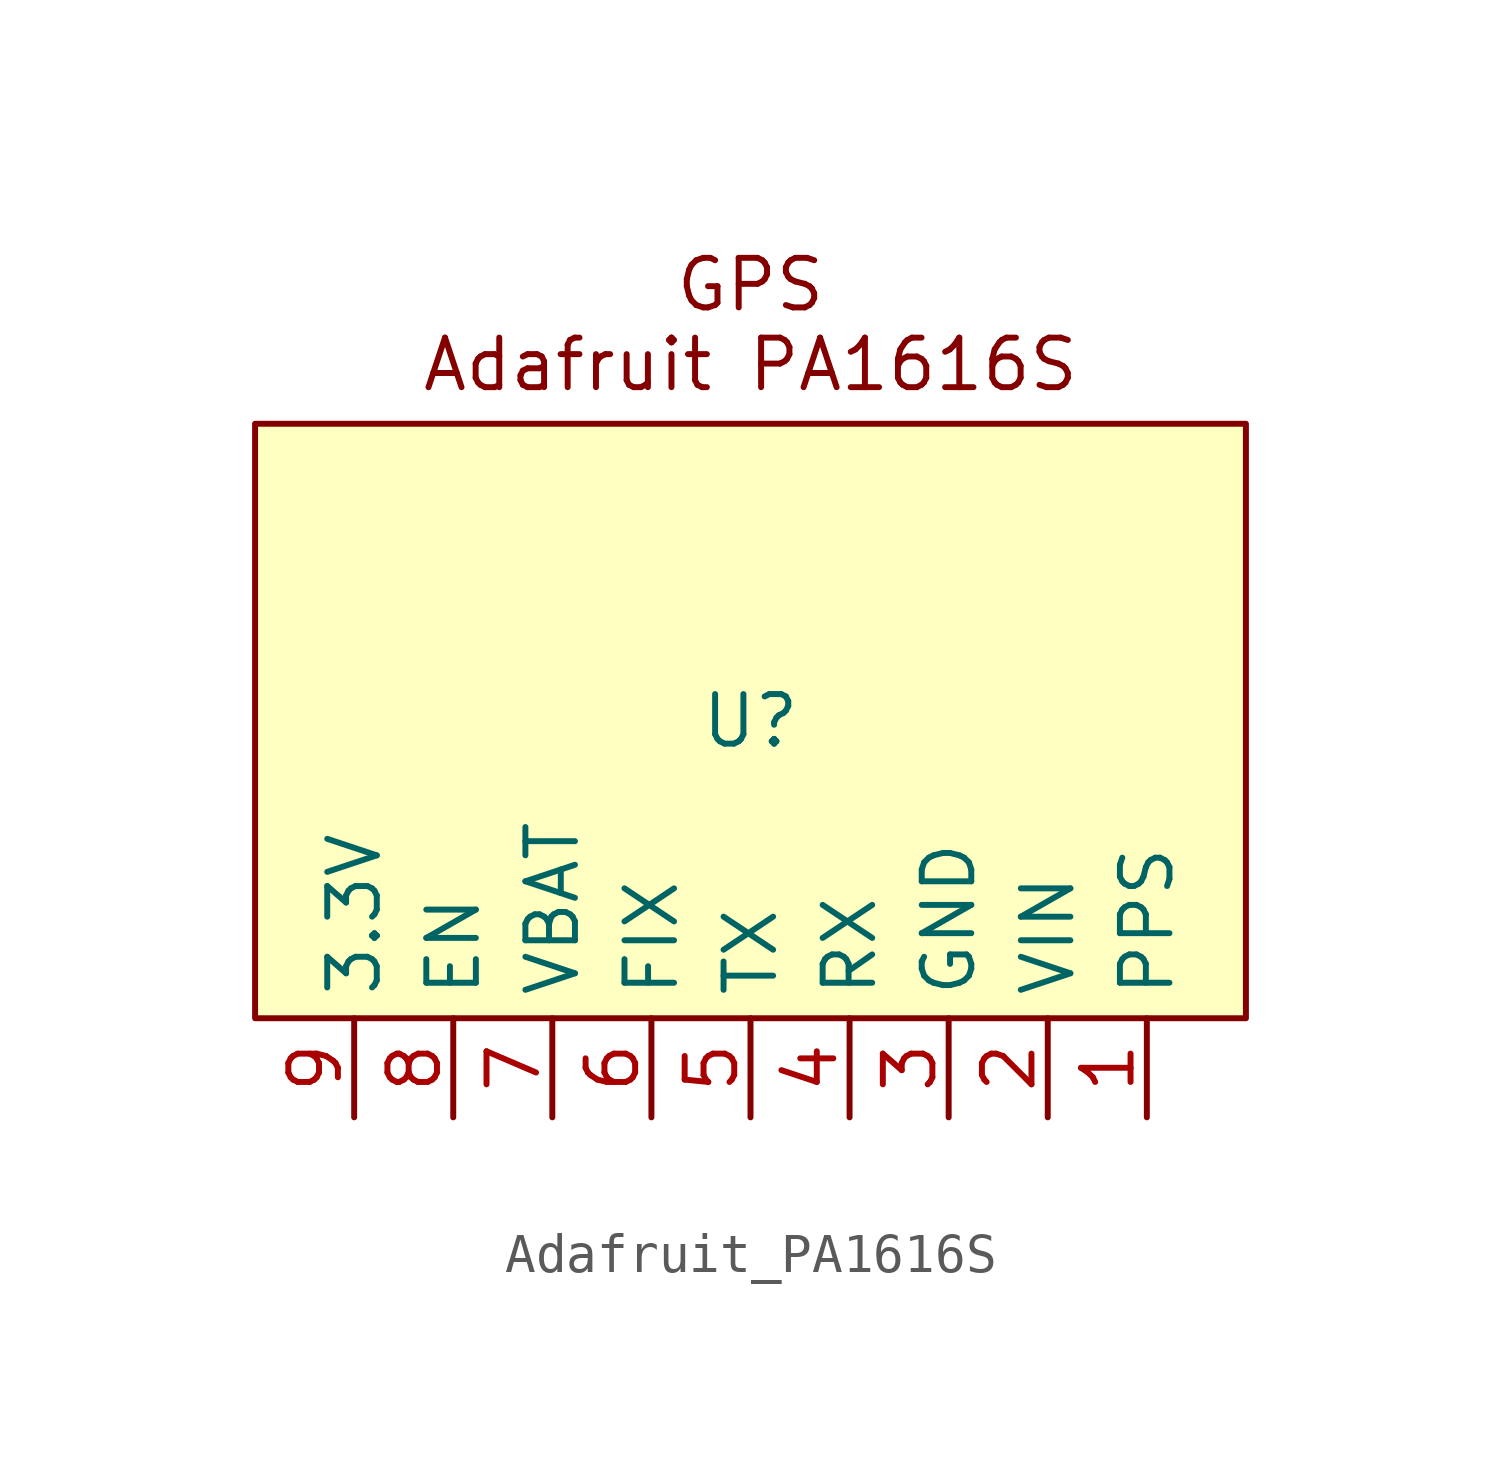
<source format=kicad_sym>
(kicad_symbol_lib
  (version 20220914)
  (generator kicad_symbol_editor)
  (symbol "Adafruit_PA1616S"
    (property "Reference" "U"
      (at 0 0 0)
      (effects (font (size 1.27 1.27))))
    (property "Value" ""
      (at 0 0 0)
      (effects (font (size 1.27 1.27))))
    (symbol "Adafruit_PA1616S_1_1"
      (rectangle (start -12.7 7.62) (end 12.7 -7.62) (stroke (width 0) (type default)) (fill (type background)))
      (text "GPS\nAdafruit PA1616S" (at 0 10.16 0) (effects (font (size 1.27 1.27))))
      (pin bidirectional line (at 10.16 -10.16 90) (length 2.54) (name "PPS" (effects (font (size 1.27 1.27)))) (number "1" (effects (font (size 1.27 1.27)))))
      (pin bidirectional line (at 7.62 -10.16 90) (length 2.54) (name "VIN" (effects (font (size 1.27 1.27)))) (number "2" (effects (font (size 1.27 1.27)))))
      (pin bidirectional line (at 5.08 -10.16 90) (length 2.54) (name "GND" (effects (font (size 1.27 1.27)))) (number "3" (effects (font (size 1.27 1.27)))))
      (pin bidirectional line (at 2.54 -10.16 90) (length 2.54) (name "RX" (effects (font (size 1.27 1.27)))) (number "4" (effects (font (size 1.27 1.27)))))
      (pin bidirectional line (at 0 -10.16 90) (length 2.54) (name "TX" (effects (font (size 1.27 1.27)))) (number "5" (effects (font (size 1.27 1.27)))))
      (pin bidirectional line (at -2.54 -10.16 90) (length 2.54) (name "FIX" (effects (font (size 1.27 1.27)))) (number "6" (effects (font (size 1.27 1.27)))))
      (pin bidirectional line (at -5.08 -10.16 90) (length 2.54) (name "VBAT" (effects (font (size 1.27 1.27)))) (number "7" (effects (font (size 1.27 1.27)))))
      (pin bidirectional line (at -7.62 -10.16 90) (length 2.54) (name "EN" (effects (font (size 1.27 1.27)))) (number "8" (effects (font (size 1.27 1.27)))))
      (pin bidirectional line (at -10.16 -10.16 90) (length 2.54) (name "3.3V" (effects (font (size 1.27 1.27)))) (number "9" (effects (font (size 1.27 1.27))))))))
</source>
